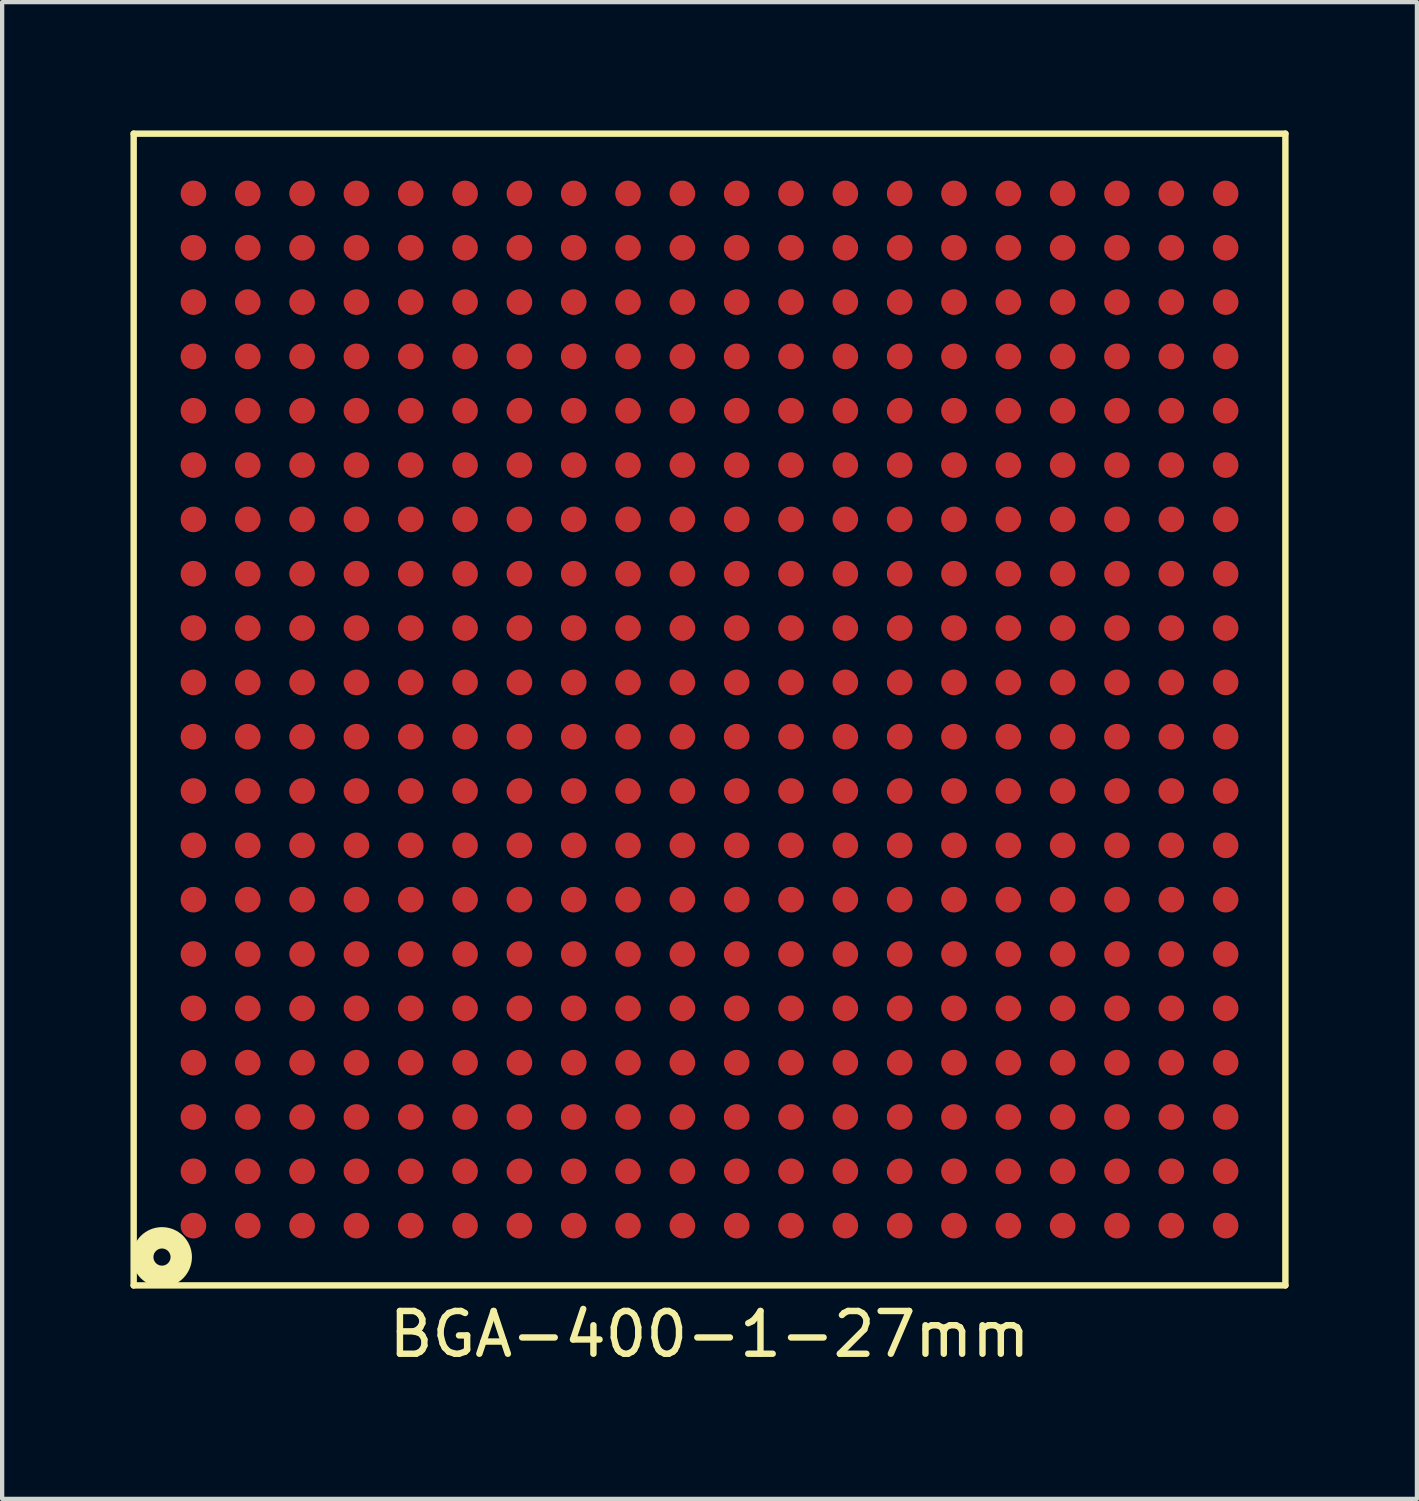
<source format=kicad_pcb>
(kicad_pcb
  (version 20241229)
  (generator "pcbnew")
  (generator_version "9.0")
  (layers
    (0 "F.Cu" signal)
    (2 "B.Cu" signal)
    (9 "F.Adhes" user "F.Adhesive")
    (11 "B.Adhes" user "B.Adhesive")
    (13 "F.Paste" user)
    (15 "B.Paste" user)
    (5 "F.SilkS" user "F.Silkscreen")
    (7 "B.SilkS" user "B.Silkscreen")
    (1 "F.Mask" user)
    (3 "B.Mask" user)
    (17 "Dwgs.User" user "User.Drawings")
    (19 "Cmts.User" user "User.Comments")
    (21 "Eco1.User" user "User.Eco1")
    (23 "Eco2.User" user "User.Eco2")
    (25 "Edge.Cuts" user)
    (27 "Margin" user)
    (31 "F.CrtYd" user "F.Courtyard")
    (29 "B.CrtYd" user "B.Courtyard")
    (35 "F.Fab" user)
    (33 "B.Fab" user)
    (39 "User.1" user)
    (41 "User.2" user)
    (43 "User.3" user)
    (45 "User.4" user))
  (footprint "BGA-400-1-27mm"
    (layer "F.Cu")
    (at 13.537 13.537)
    (property "Reference" "BGA-400-1-27mm" (at 0 14.605 0) (layer "F.SilkS") (effects (font (size 1 1) (thickness 0.15))))
    (attr through_hole)
    (fp_line (start -13.462 -13.462) (end 13.462 -13.462) (stroke (width 0.15) (type solid)) (layer "F.SilkS"))
    (fp_line (start -13.462 13.462) (end -13.462 -13.462) (stroke (width 0.15) (type solid)) (layer "F.SilkS"))
    (fp_line (start 13.462 -13.462) (end 13.462 13.462) (stroke (width 0.15) (type solid)) (layer "F.SilkS"))
    (fp_line (start 13.462 13.462) (end -13.462 13.462) (stroke (width 0.15) (type solid)) (layer "F.SilkS"))
    (fp_circle (center -12.8 12.8) (end -12.8 12.6) (stroke (width 0.5) (type solid)) (fill no) (layer "F.SilkS"))
    (pad "A1" smd circle (at -12.065 12.065 90) (size 0.6 0.6) (layers "F.Cu" "F.Mask" "F.Paste"))
    (pad "A2" smd circle (at -12.065 10.795 90) (size 0.6 0.6) (layers "F.Cu" "F.Mask" "F.Paste"))
    (pad "A3" smd circle (at -12.065 9.525 90) (size 0.6 0.6) (layers "F.Cu" "F.Mask" "F.Paste"))
    (pad "A4" smd circle (at -12.065 8.255 90) (size 0.6 0.6) (layers "F.Cu" "F.Mask" "F.Paste"))
    (pad "A5" smd circle (at -12.065 6.985 90) (size 0.6 0.6) (layers "F.Cu" "F.Mask" "F.Paste"))
    (pad "A6" smd circle (at -12.065 5.715 90) (size 0.6 0.6) (layers "F.Cu" "F.Mask" "F.Paste"))
    (pad "A7" smd circle (at -12.065 4.445 90) (size 0.6 0.6) (layers "F.Cu" "F.Mask" "F.Paste"))
    (pad "A8" smd circle (at -12.065 3.175 90) (size 0.6 0.6) (layers "F.Cu" "F.Mask" "F.Paste"))
    (pad "A9" smd circle (at -12.065 1.905 90) (size 0.6 0.6) (layers "F.Cu" "F.Mask" "F.Paste"))
    (pad "A10" smd circle (at -12.065 0.635 90) (size 0.6 0.6) (layers "F.Cu" "F.Mask" "F.Paste"))
    (pad "A11" smd circle (at -12.065 -0.635 90) (size 0.6 0.6) (layers "F.Cu" "F.Mask" "F.Paste"))
    (pad "A12" smd circle (at -12.065 -1.905 90) (size 0.6 0.6) (layers "F.Cu" "F.Mask" "F.Paste"))
    (pad "A13" smd circle (at -12.065 -3.175 90) (size 0.6 0.6) (layers "F.Cu" "F.Mask" "F.Paste"))
    (pad "A14" smd circle (at -12.065 -4.445 90) (size 0.6 0.6) (layers "F.Cu" "F.Mask" "F.Paste"))
    (pad "A15" smd circle (at -12.065 -5.715 90) (size 0.6 0.6) (layers "F.Cu" "F.Mask" "F.Paste"))
    (pad "A16" smd circle (at -12.065 -6.985 90) (size 0.6 0.6) (layers "F.Cu" "F.Mask" "F.Paste"))
    (pad "A17" smd circle (at -12.065 -8.255 90) (size 0.6 0.6) (layers "F.Cu" "F.Mask" "F.Paste"))
    (pad "A18" smd circle (at -12.065 -9.525 90) (size 0.6 0.6) (layers "F.Cu" "F.Mask" "F.Paste"))
    (pad "A19" smd circle (at -12.065 -10.795 90) (size 0.6 0.6) (layers "F.Cu" "F.Mask" "F.Paste"))
    (pad "A20" smd circle (at -12.065 -12.065 90) (size 0.6 0.6) (layers "F.Cu" "F.Mask" "F.Paste"))
    (pad "B1" smd circle (at -10.795 12.065 90) (size 0.6 0.6) (layers "F.Cu" "F.Mask" "F.Paste"))
    (pad "B2" smd circle (at -10.795 10.795 90) (size 0.6 0.6) (layers "F.Cu" "F.Mask" "F.Paste"))
    (pad "B3" smd circle (at -10.795 9.525 90) (size 0.6 0.6) (layers "F.Cu" "F.Mask" "F.Paste"))
    (pad "B4" smd circle (at -10.795 8.255 90) (size 0.6 0.6) (layers "F.Cu" "F.Mask" "F.Paste"))
    (pad "B5" smd circle (at -10.795 6.985 90) (size 0.6 0.6) (layers "F.Cu" "F.Mask" "F.Paste"))
    (pad "B6" smd circle (at -10.795 5.715 90) (size 0.6 0.6) (layers "F.Cu" "F.Mask" "F.Paste"))
    (pad "B7" smd circle (at -10.795 4.445 90) (size 0.6 0.6) (layers "F.Cu" "F.Mask" "F.Paste"))
    (pad "B8" smd circle (at -10.795 3.175 90) (size 0.6 0.6) (layers "F.Cu" "F.Mask" "F.Paste"))
    (pad "B9" smd circle (at -10.795 1.905 90) (size 0.6 0.6) (layers "F.Cu" "F.Mask" "F.Paste"))
    (pad "B10" smd circle (at -10.795 0.635 90) (size 0.6 0.6) (layers "F.Cu" "F.Mask" "F.Paste"))
    (pad "B11" smd circle (at -10.795 -0.635 90) (size 0.6 0.6) (layers "F.Cu" "F.Mask" "F.Paste"))
    (pad "B12" smd circle (at -10.795 -1.905 90) (size 0.6 0.6) (layers "F.Cu" "F.Mask" "F.Paste"))
    (pad "B13" smd circle (at -10.795 -3.175 90) (size 0.6 0.6) (layers "F.Cu" "F.Mask" "F.Paste"))
    (pad "B14" smd circle (at -10.795 -4.445 90) (size 0.6 0.6) (layers "F.Cu" "F.Mask" "F.Paste"))
    (pad "B15" smd circle (at -10.795 -5.715 90) (size 0.6 0.6) (layers "F.Cu" "F.Mask" "F.Paste"))
    (pad "B16" smd circle (at -10.795 -6.985 90) (size 0.6 0.6) (layers "F.Cu" "F.Mask" "F.Paste"))
    (pad "B17" smd circle (at -10.795 -8.255 90) (size 0.6 0.6) (layers "F.Cu" "F.Mask" "F.Paste"))
    (pad "B18" smd circle (at -10.795 -9.525 90) (size 0.6 0.6) (layers "F.Cu" "F.Mask" "F.Paste"))
    (pad "B19" smd circle (at -10.795 -10.795 90) (size 0.6 0.6) (layers "F.Cu" "F.Mask" "F.Paste"))
    (pad "B20" smd circle (at -10.795 -12.065 90) (size 0.6 0.6) (layers "F.Cu" "F.Mask" "F.Paste"))
    (pad "C1" smd circle (at -9.525 12.065 90) (size 0.6 0.6) (layers "F.Cu" "F.Mask" "F.Paste"))
    (pad "C2" smd circle (at -9.525 10.795 90) (size 0.6 0.6) (layers "F.Cu" "F.Mask" "F.Paste"))
    (pad "C3" smd circle (at -9.525 9.525 90) (size 0.6 0.6) (layers "F.Cu" "F.Mask" "F.Paste"))
    (pad "C4" smd circle (at -9.525 8.255 90) (size 0.6 0.6) (layers "F.Cu" "F.Mask" "F.Paste"))
    (pad "C5" smd circle (at -9.525 6.985 90) (size 0.6 0.6) (layers "F.Cu" "F.Mask" "F.Paste"))
    (pad "C6" smd circle (at -9.525 5.715 90) (size 0.6 0.6) (layers "F.Cu" "F.Mask" "F.Paste"))
    (pad "C7" smd circle (at -9.525 4.445 90) (size 0.6 0.6) (layers "F.Cu" "F.Mask" "F.Paste"))
    (pad "C8" smd circle (at -9.525 3.175 90) (size 0.6 0.6) (layers "F.Cu" "F.Mask" "F.Paste"))
    (pad "C9" smd circle (at -9.525 1.905 90) (size 0.6 0.6) (layers "F.Cu" "F.Mask" "F.Paste"))
    (pad "C10" smd circle (at -9.525 0.635 90) (size 0.6 0.6) (layers "F.Cu" "F.Mask" "F.Paste"))
    (pad "C11" smd circle (at -9.525 -0.635 90) (size 0.6 0.6) (layers "F.Cu" "F.Mask" "F.Paste"))
    (pad "C12" smd circle (at -9.525 -1.905 90) (size 0.6 0.6) (layers "F.Cu" "F.Mask" "F.Paste"))
    (pad "C13" smd circle (at -9.525 -3.175 90) (size 0.6 0.6) (layers "F.Cu" "F.Mask" "F.Paste"))
    (pad "C14" smd circle (at -9.525 -4.445 90) (size 0.6 0.6) (layers "F.Cu" "F.Mask" "F.Paste"))
    (pad "C15" smd circle (at -9.525 -5.715 90) (size 0.6 0.6) (layers "F.Cu" "F.Mask" "F.Paste"))
    (pad "C16" smd circle (at -9.525 -6.985 90) (size 0.6 0.6) (layers "F.Cu" "F.Mask" "F.Paste"))
    (pad "C17" smd circle (at -9.525 -8.255 90) (size 0.6 0.6) (layers "F.Cu" "F.Mask" "F.Paste"))
    (pad "C18" smd circle (at -9.525 -9.525 90) (size 0.6 0.6) (layers "F.Cu" "F.Mask" "F.Paste"))
    (pad "C19" smd circle (at -9.525 -10.795 90) (size 0.6 0.6) (layers "F.Cu" "F.Mask" "F.Paste"))
    (pad "C20" smd circle (at -9.525 -12.065 90) (size 0.6 0.6) (layers "F.Cu" "F.Mask" "F.Paste"))
    (pad "D1" smd circle (at -8.255 12.065 90) (size 0.6 0.6) (layers "F.Cu" "F.Mask" "F.Paste"))
    (pad "D2" smd circle (at -8.255 10.795 90) (size 0.6 0.6) (layers "F.Cu" "F.Mask" "F.Paste"))
    (pad "D3" smd circle (at -8.255 9.525 90) (size 0.6 0.6) (layers "F.Cu" "F.Mask" "F.Paste"))
    (pad "D4" smd circle (at -8.255 8.255 90) (size 0.6 0.6) (layers "F.Cu" "F.Mask" "F.Paste"))
    (pad "D5" smd circle (at -8.255 6.985 90) (size 0.6 0.6) (layers "F.Cu" "F.Mask" "F.Paste"))
    (pad "D6" smd circle (at -8.255 5.715 90) (size 0.6 0.6) (layers "F.Cu" "F.Mask" "F.Paste"))
    (pad "D7" smd circle (at -8.255 4.445 90) (size 0.6 0.6) (layers "F.Cu" "F.Mask" "F.Paste"))
    (pad "D8" smd circle (at -8.255 3.175 90) (size 0.6 0.6) (layers "F.Cu" "F.Mask" "F.Paste"))
    (pad "D9" smd circle (at -8.255 1.905 90) (size 0.6 0.6) (layers "F.Cu" "F.Mask" "F.Paste"))
    (pad "D10" smd circle (at -8.255 0.635 90) (size 0.6 0.6) (layers "F.Cu" "F.Mask" "F.Paste"))
    (pad "D11" smd circle (at -8.255 -0.635 90) (size 0.6 0.6) (layers "F.Cu" "F.Mask" "F.Paste"))
    (pad "D12" smd circle (at -8.255 -1.905 90) (size 0.6 0.6) (layers "F.Cu" "F.Mask" "F.Paste"))
    (pad "D13" smd circle (at -8.255 -3.175 90) (size 0.6 0.6) (layers "F.Cu" "F.Mask" "F.Paste"))
    (pad "D14" smd circle (at -8.255 -4.445 90) (size 0.6 0.6) (layers "F.Cu" "F.Mask" "F.Paste"))
    (pad "D15" smd circle (at -8.255 -5.715 90) (size 0.6 0.6) (layers "F.Cu" "F.Mask" "F.Paste"))
    (pad "D16" smd circle (at -8.255 -6.985 90) (size 0.6 0.6) (layers "F.Cu" "F.Mask" "F.Paste"))
    (pad "D17" smd circle (at -8.255 -8.255 90) (size 0.6 0.6) (layers "F.Cu" "F.Mask" "F.Paste"))
    (pad "D18" smd circle (at -8.255 -9.525 90) (size 0.6 0.6) (layers "F.Cu" "F.Mask" "F.Paste"))
    (pad "D19" smd circle (at -8.255 -10.795 90) (size 0.6 0.6) (layers "F.Cu" "F.Mask" "F.Paste"))
    (pad "D20" smd circle (at -8.255 -12.065 90) (size 0.6 0.6) (layers "F.Cu" "F.Mask" "F.Paste"))
    (pad "E1" smd circle (at -6.985 12.065 90) (size 0.6 0.6) (layers "F.Cu" "F.Mask" "F.Paste"))
    (pad "E2" smd circle (at -6.985 10.795 90) (size 0.6 0.6) (layers "F.Cu" "F.Mask" "F.Paste"))
    (pad "E3" smd circle (at -6.985 9.525 90) (size 0.6 0.6) (layers "F.Cu" "F.Mask" "F.Paste"))
    (pad "E4" smd circle (at -6.985 8.255 90) (size 0.6 0.6) (layers "F.Cu" "F.Mask" "F.Paste"))
    (pad "E5" smd circle (at -6.985 6.985 90) (size 0.6 0.6) (layers "F.Cu" "F.Mask" "F.Paste"))
    (pad "E6" smd circle (at -6.985 5.715 90) (size 0.6 0.6) (layers "F.Cu" "F.Mask" "F.Paste"))
    (pad "E7" smd circle (at -6.985 4.445 90) (size 0.6 0.6) (layers "F.Cu" "F.Mask" "F.Paste"))
    (pad "E8" smd circle (at -6.985 3.175 90) (size 0.6 0.6) (layers "F.Cu" "F.Mask" "F.Paste"))
    (pad "E9" smd circle (at -6.985 1.905 90) (size 0.6 0.6) (layers "F.Cu" "F.Mask" "F.Paste"))
    (pad "E10" smd circle (at -6.985 0.635 90) (size 0.6 0.6) (layers "F.Cu" "F.Mask" "F.Paste"))
    (pad "E11" smd circle (at -6.985 -0.635 90) (size 0.6 0.6) (layers "F.Cu" "F.Mask" "F.Paste"))
    (pad "E12" smd circle (at -6.985 -1.905 90) (size 0.6 0.6) (layers "F.Cu" "F.Mask" "F.Paste"))
    (pad "E13" smd circle (at -6.985 -3.175 90) (size 0.6 0.6) (layers "F.Cu" "F.Mask" "F.Paste"))
    (pad "E14" smd circle (at -6.985 -4.445 90) (size 0.6 0.6) (layers "F.Cu" "F.Mask" "F.Paste"))
    (pad "E15" smd circle (at -6.985 -5.715 90) (size 0.6 0.6) (layers "F.Cu" "F.Mask" "F.Paste"))
    (pad "E16" smd circle (at -6.985 -6.985 90) (size 0.6 0.6) (layers "F.Cu" "F.Mask" "F.Paste"))
    (pad "E17" smd circle (at -6.985 -8.255 90) (size 0.6 0.6) (layers "F.Cu" "F.Mask" "F.Paste"))
    (pad "E18" smd circle (at -6.985 -9.525 90) (size 0.6 0.6) (layers "F.Cu" "F.Mask" "F.Paste"))
    (pad "E19" smd circle (at -6.985 -10.795 90) (size 0.6 0.6) (layers "F.Cu" "F.Mask" "F.Paste"))
    (pad "E20" smd circle (at -6.985 -12.065 90) (size 0.6 0.6) (layers "F.Cu" "F.Mask" "F.Paste"))
    (pad "F1" smd circle (at -5.715 12.065 90) (size 0.6 0.6) (layers "F.Cu" "F.Mask" "F.Paste"))
    (pad "F2" smd circle (at -5.715 10.795 90) (size 0.6 0.6) (layers "F.Cu" "F.Mask" "F.Paste"))
    (pad "F3" smd circle (at -5.715 9.525 90) (size 0.6 0.6) (layers "F.Cu" "F.Mask" "F.Paste"))
    (pad "F4" smd circle (at -5.715 8.255 90) (size 0.6 0.6) (layers "F.Cu" "F.Mask" "F.Paste"))
    (pad "F5" smd circle (at -5.715 6.985 90) (size 0.6 0.6) (layers "F.Cu" "F.Mask" "F.Paste"))
    (pad "F6" smd circle (at -5.715 5.715 90) (size 0.6 0.6) (layers "F.Cu" "F.Mask" "F.Paste"))
    (pad "F7" smd circle (at -5.715 4.445 90) (size 0.6 0.6) (layers "F.Cu" "F.Mask" "F.Paste"))
    (pad "F8" smd circle (at -5.715 3.175 90) (size 0.6 0.6) (layers "F.Cu" "F.Mask" "F.Paste"))
    (pad "F9" smd circle (at -5.715 1.905 90) (size 0.6 0.6) (layers "F.Cu" "F.Mask" "F.Paste"))
    (pad "F10" smd circle (at -5.715 0.635 90) (size 0.6 0.6) (layers "F.Cu" "F.Mask" "F.Paste"))
    (pad "F11" smd circle (at -5.715 -0.635 90) (size 0.6 0.6) (layers "F.Cu" "F.Mask" "F.Paste"))
    (pad "F12" smd circle (at -5.715 -1.905 90) (size 0.6 0.6) (layers "F.Cu" "F.Mask" "F.Paste"))
    (pad "F13" smd circle (at -5.715 -3.175 90) (size 0.6 0.6) (layers "F.Cu" "F.Mask" "F.Paste"))
    (pad "F14" smd circle (at -5.715 -4.445 90) (size 0.6 0.6) (layers "F.Cu" "F.Mask" "F.Paste"))
    (pad "F15" smd circle (at -5.715 -5.715 90) (size 0.6 0.6) (layers "F.Cu" "F.Mask" "F.Paste"))
    (pad "F16" smd circle (at -5.715 -6.985 90) (size 0.6 0.6) (layers "F.Cu" "F.Mask" "F.Paste"))
    (pad "F17" smd circle (at -5.715 -8.255 90) (size 0.6 0.6) (layers "F.Cu" "F.Mask" "F.Paste"))
    (pad "F18" smd circle (at -5.715 -9.525 90) (size 0.6 0.6) (layers "F.Cu" "F.Mask" "F.Paste"))
    (pad "F19" smd circle (at -5.715 -10.795 90) (size 0.6 0.6) (layers "F.Cu" "F.Mask" "F.Paste"))
    (pad "F20" smd circle (at -5.715 -12.065 90) (size 0.6 0.6) (layers "F.Cu" "F.Mask" "F.Paste"))
    (pad "G1" smd circle (at -4.445 12.065 90) (size 0.6 0.6) (layers "F.Cu" "F.Mask" "F.Paste"))
    (pad "G2" smd circle (at -4.445 10.795 90) (size 0.6 0.6) (layers "F.Cu" "F.Mask" "F.Paste"))
    (pad "G3" smd circle (at -4.445 9.525 90) (size 0.6 0.6) (layers "F.Cu" "F.Mask" "F.Paste"))
    (pad "G4" smd circle (at -4.445 8.255 90) (size 0.6 0.6) (layers "F.Cu" "F.Mask" "F.Paste"))
    (pad "G5" smd circle (at -4.445 6.985 90) (size 0.6 0.6) (layers "F.Cu" "F.Mask" "F.Paste"))
    (pad "G6" smd circle (at -4.445 5.715 90) (size 0.6 0.6) (layers "F.Cu" "F.Mask" "F.Paste"))
    (pad "G7" smd circle (at -4.445 4.445 90) (size 0.6 0.6) (layers "F.Cu" "F.Mask" "F.Paste"))
    (pad "G8" smd circle (at -4.445 3.175 90) (size 0.6 0.6) (layers "F.Cu" "F.Mask" "F.Paste"))
    (pad "G9" smd circle (at -4.445 1.905 90) (size 0.6 0.6) (layers "F.Cu" "F.Mask" "F.Paste"))
    (pad "G10" smd circle (at -4.445 0.635 90) (size 0.6 0.6) (layers "F.Cu" "F.Mask" "F.Paste"))
    (pad "G11" smd circle (at -4.445 -0.635 90) (size 0.6 0.6) (layers "F.Cu" "F.Mask" "F.Paste"))
    (pad "G12" smd circle (at -4.445 -1.905 90) (size 0.6 0.6) (layers "F.Cu" "F.Mask" "F.Paste"))
    (pad "G13" smd circle (at -4.445 -3.175 90) (size 0.6 0.6) (layers "F.Cu" "F.Mask" "F.Paste"))
    (pad "G14" smd circle (at -4.445 -4.445 90) (size 0.6 0.6) (layers "F.Cu" "F.Mask" "F.Paste"))
    (pad "G15" smd circle (at -4.445 -5.715 90) (size 0.6 0.6) (layers "F.Cu" "F.Mask" "F.Paste"))
    (pad "G16" smd circle (at -4.445 -6.985 90) (size 0.6 0.6) (layers "F.Cu" "F.Mask" "F.Paste"))
    (pad "G17" smd circle (at -4.445 -8.255 90) (size 0.6 0.6) (layers "F.Cu" "F.Mask" "F.Paste"))
    (pad "G18" smd circle (at -4.445 -9.525 90) (size 0.6 0.6) (layers "F.Cu" "F.Mask" "F.Paste"))
    (pad "G19" smd circle (at -4.445 -10.795 90) (size 0.6 0.6) (layers "F.Cu" "F.Mask" "F.Paste"))
    (pad "G20" smd circle (at -4.445 -12.065 90) (size 0.6 0.6) (layers "F.Cu" "F.Mask" "F.Paste"))
    (pad "H1" smd circle (at -3.175 12.065 90) (size 0.6 0.6) (layers "F.Cu" "F.Mask" "F.Paste"))
    (pad "H2" smd circle (at -3.175 10.795 90) (size 0.6 0.6) (layers "F.Cu" "F.Mask" "F.Paste"))
    (pad "H3" smd circle (at -3.175 9.525 90) (size 0.6 0.6) (layers "F.Cu" "F.Mask" "F.Paste"))
    (pad "H4" smd circle (at -3.175 8.255 90) (size 0.6 0.6) (layers "F.Cu" "F.Mask" "F.Paste"))
    (pad "H5" smd circle (at -3.175 6.985 90) (size 0.6 0.6) (layers "F.Cu" "F.Mask" "F.Paste"))
    (pad "H6" smd circle (at -3.175 5.715 90) (size 0.6 0.6) (layers "F.Cu" "F.Mask" "F.Paste"))
    (pad "H7" smd circle (at -3.175 4.445 90) (size 0.6 0.6) (layers "F.Cu" "F.Mask" "F.Paste"))
    (pad "H8" smd circle (at -3.175 3.175 90) (size 0.6 0.6) (layers "F.Cu" "F.Mask" "F.Paste"))
    (pad "H9" smd circle (at -3.175 1.905 90) (size 0.6 0.6) (layers "F.Cu" "F.Mask" "F.Paste"))
    (pad "H10" smd circle (at -3.175 0.635 90) (size 0.6 0.6) (layers "F.Cu" "F.Mask" "F.Paste"))
    (pad "H11" smd circle (at -3.175 -0.635 90) (size 0.6 0.6) (layers "F.Cu" "F.Mask" "F.Paste"))
    (pad "H12" smd circle (at -3.175 -1.905 90) (size 0.6 0.6) (layers "F.Cu" "F.Mask" "F.Paste"))
    (pad "H13" smd circle (at -3.175 -3.175 90) (size 0.6 0.6) (layers "F.Cu" "F.Mask" "F.Paste"))
    (pad "H14" smd circle (at -3.175 -4.445 90) (size 0.6 0.6) (layers "F.Cu" "F.Mask" "F.Paste"))
    (pad "H15" smd circle (at -3.175 -5.715 90) (size 0.6 0.6) (layers "F.Cu" "F.Mask" "F.Paste"))
    (pad "H16" smd circle (at -3.175 -6.985 90) (size 0.6 0.6) (layers "F.Cu" "F.Mask" "F.Paste"))
    (pad "H17" smd circle (at -3.175 -8.255 90) (size 0.6 0.6) (layers "F.Cu" "F.Mask" "F.Paste"))
    (pad "H18" smd circle (at -3.175 -9.525 90) (size 0.6 0.6) (layers "F.Cu" "F.Mask" "F.Paste"))
    (pad "H19" smd circle (at -3.175 -10.795 90) (size 0.6 0.6) (layers "F.Cu" "F.Mask" "F.Paste"))
    (pad "H20" smd circle (at -3.175 -12.065 90) (size 0.6 0.6) (layers "F.Cu" "F.Mask" "F.Paste"))
    (pad "J1" smd circle (at -1.905 12.065 90) (size 0.6 0.6) (layers "F.Cu" "F.Mask" "F.Paste"))
    (pad "J2" smd circle (at -1.905 10.795 90) (size 0.6 0.6) (layers "F.Cu" "F.Mask" "F.Paste"))
    (pad "J3" smd circle (at -1.905 9.525 90) (size 0.6 0.6) (layers "F.Cu" "F.Mask" "F.Paste"))
    (pad "J4" smd circle (at -1.905 8.255 90) (size 0.6 0.6) (layers "F.Cu" "F.Mask" "F.Paste"))
    (pad "J5" smd circle (at -1.905 6.985 90) (size 0.6 0.6) (layers "F.Cu" "F.Mask" "F.Paste"))
    (pad "J6" smd circle (at -1.905 5.715 90) (size 0.6 0.6) (layers "F.Cu" "F.Mask" "F.Paste"))
    (pad "J7" smd circle (at -1.905 4.445 90) (size 0.6 0.6) (layers "F.Cu" "F.Mask" "F.Paste"))
    (pad "J8" smd circle (at -1.905 3.175 90) (size 0.6 0.6) (layers "F.Cu" "F.Mask" "F.Paste"))
    (pad "J9" smd circle (at -1.905 1.905 90) (size 0.6 0.6) (layers "F.Cu" "F.Mask" "F.Paste"))
    (pad "J10" smd circle (at -1.905 0.635 90) (size 0.6 0.6) (layers "F.Cu" "F.Mask" "F.Paste"))
    (pad "J11" smd circle (at -1.905 -0.635 90) (size 0.6 0.6) (layers "F.Cu" "F.Mask" "F.Paste"))
    (pad "J12" smd circle (at -1.905 -1.905 90) (size 0.6 0.6) (layers "F.Cu" "F.Mask" "F.Paste"))
    (pad "J13" smd circle (at -1.905 -3.175 90) (size 0.6 0.6) (layers "F.Cu" "F.Mask" "F.Paste"))
    (pad "J14" smd circle (at -1.905 -4.445 90) (size 0.6 0.6) (layers "F.Cu" "F.Mask" "F.Paste"))
    (pad "J15" smd circle (at -1.905 -5.715 90) (size 0.6 0.6) (layers "F.Cu" "F.Mask" "F.Paste"))
    (pad "J16" smd circle (at -1.905 -6.985 90) (size 0.6 0.6) (layers "F.Cu" "F.Mask" "F.Paste"))
    (pad "J17" smd circle (at -1.905 -8.255 90) (size 0.6 0.6) (layers "F.Cu" "F.Mask" "F.Paste"))
    (pad "J18" smd circle (at -1.905 -9.525 90) (size 0.6 0.6) (layers "F.Cu" "F.Mask" "F.Paste"))
    (pad "J19" smd circle (at -1.905 -10.795 90) (size 0.6 0.6) (layers "F.Cu" "F.Mask" "F.Paste"))
    (pad "J20" smd circle (at -1.905 -12.065 90) (size 0.6 0.6) (layers "F.Cu" "F.Mask" "F.Paste"))
    (pad "K1" smd circle (at -0.635 12.065 90) (size 0.6 0.6) (layers "F.Cu" "F.Mask" "F.Paste"))
    (pad "K2" smd circle (at -0.635 10.795 90) (size 0.6 0.6) (layers "F.Cu" "F.Mask" "F.Paste"))
    (pad "K3" smd circle (at -0.635 9.525 90) (size 0.6 0.6) (layers "F.Cu" "F.Mask" "F.Paste"))
    (pad "K4" smd circle (at -0.635 8.255 90) (size 0.6 0.6) (layers "F.Cu" "F.Mask" "F.Paste"))
    (pad "K5" smd circle (at -0.635 6.985 90) (size 0.6 0.6) (layers "F.Cu" "F.Mask" "F.Paste"))
    (pad "K6" smd circle (at -0.635 5.715 90) (size 0.6 0.6) (layers "F.Cu" "F.Mask" "F.Paste"))
    (pad "K7" smd circle (at -0.635 4.445 90) (size 0.6 0.6) (layers "F.Cu" "F.Mask" "F.Paste"))
    (pad "K8" smd circle (at -0.635 3.175 90) (size 0.6 0.6) (layers "F.Cu" "F.Mask" "F.Paste"))
    (pad "K9" smd circle (at -0.635 1.905 90) (size 0.6 0.6) (layers "F.Cu" "F.Mask" "F.Paste"))
    (pad "K10" smd circle (at -0.635 0.635 90) (size 0.6 0.6) (layers "F.Cu" "F.Mask" "F.Paste"))
    (pad "K11" smd circle (at -0.635 -0.635 90) (size 0.6 0.6) (layers "F.Cu" "F.Mask" "F.Paste"))
    (pad "K12" smd circle (at -0.635 -1.905 90) (size 0.6 0.6) (layers "F.Cu" "F.Mask" "F.Paste"))
    (pad "K13" smd circle (at -0.635 -3.175 90) (size 0.6 0.6) (layers "F.Cu" "F.Mask" "F.Paste"))
    (pad "K14" smd circle (at -0.635 -4.445 90) (size 0.6 0.6) (layers "F.Cu" "F.Mask" "F.Paste"))
    (pad "K15" smd circle (at -0.635 -5.715 90) (size 0.6 0.6) (layers "F.Cu" "F.Mask" "F.Paste"))
    (pad "K16" smd circle (at -0.635 -6.985 90) (size 0.6 0.6) (layers "F.Cu" "F.Mask" "F.Paste"))
    (pad "K17" smd circle (at -0.635 -8.255 90) (size 0.6 0.6) (layers "F.Cu" "F.Mask" "F.Paste"))
    (pad "K18" smd circle (at -0.635 -9.525 90) (size 0.6 0.6) (layers "F.Cu" "F.Mask" "F.Paste"))
    (pad "K19" smd circle (at -0.635 -10.795 90) (size 0.6 0.6) (layers "F.Cu" "F.Mask" "F.Paste"))
    (pad "K20" smd circle (at -0.635 -12.065 90) (size 0.6 0.6) (layers "F.Cu" "F.Mask" "F.Paste"))
    (pad "L1" smd circle (at 0.635 12.065 90) (size 0.6 0.6) (layers "F.Cu" "F.Mask" "F.Paste"))
    (pad "L2" smd circle (at 0.635 10.795 90) (size 0.6 0.6) (layers "F.Cu" "F.Mask" "F.Paste"))
    (pad "L3" smd circle (at 0.635 9.525 90) (size 0.6 0.6) (layers "F.Cu" "F.Mask" "F.Paste"))
    (pad "L4" smd circle (at 0.635 8.255 90) (size 0.6 0.6) (layers "F.Cu" "F.Mask" "F.Paste"))
    (pad "L5" smd circle (at 0.635 6.985 90) (size 0.6 0.6) (layers "F.Cu" "F.Mask" "F.Paste"))
    (pad "L6" smd circle (at 0.635 5.715 90) (size 0.6 0.6) (layers "F.Cu" "F.Mask" "F.Paste"))
    (pad "L7" smd circle (at 0.635 4.445 90) (size 0.6 0.6) (layers "F.Cu" "F.Mask" "F.Paste"))
    (pad "L8" smd circle (at 0.635 3.175 90) (size 0.6 0.6) (layers "F.Cu" "F.Mask" "F.Paste"))
    (pad "L9" smd circle (at 0.635 1.905 90) (size 0.6 0.6) (layers "F.Cu" "F.Mask" "F.Paste"))
    (pad "L10" smd circle (at 0.635 0.635 90) (size 0.6 0.6) (layers "F.Cu" "F.Mask" "F.Paste"))
    (pad "L11" smd circle (at 0.635 -0.635 90) (size 0.6 0.6) (layers "F.Cu" "F.Mask" "F.Paste"))
    (pad "L12" smd circle (at 0.635 -1.905 90) (size 0.6 0.6) (layers "F.Cu" "F.Mask" "F.Paste"))
    (pad "L13" smd circle (at 0.635 -3.175 90) (size 0.6 0.6) (layers "F.Cu" "F.Mask" "F.Paste"))
    (pad "L14" smd circle (at 0.635 -4.445 90) (size 0.6 0.6) (layers "F.Cu" "F.Mask" "F.Paste"))
    (pad "L15" smd circle (at 0.635 -5.715 90) (size 0.6 0.6) (layers "F.Cu" "F.Mask" "F.Paste"))
    (pad "L16" smd circle (at 0.635 -6.985 90) (size 0.6 0.6) (layers "F.Cu" "F.Mask" "F.Paste"))
    (pad "L17" smd circle (at 0.635 -8.255 90) (size 0.6 0.6) (layers "F.Cu" "F.Mask" "F.Paste"))
    (pad "L18" smd circle (at 0.635 -9.525 90) (size 0.6 0.6) (layers "F.Cu" "F.Mask" "F.Paste"))
    (pad "L19" smd circle (at 0.635 -10.795 90) (size 0.6 0.6) (layers "F.Cu" "F.Mask" "F.Paste"))
    (pad "L20" smd circle (at 0.635 -12.065 90) (size 0.6 0.6) (layers "F.Cu" "F.Mask" "F.Paste"))
    (pad "M1" smd circle (at 1.905 12.065 90) (size 0.6 0.6) (layers "F.Cu" "F.Mask" "F.Paste"))
    (pad "M2" smd circle (at 1.905 10.795 90) (size 0.6 0.6) (layers "F.Cu" "F.Mask" "F.Paste"))
    (pad "M3" smd circle (at 1.905 9.525 90) (size 0.6 0.6) (layers "F.Cu" "F.Mask" "F.Paste"))
    (pad "M4" smd circle (at 1.905 8.255 90) (size 0.6 0.6) (layers "F.Cu" "F.Mask" "F.Paste"))
    (pad "M5" smd circle (at 1.905 6.985 90) (size 0.6 0.6) (layers "F.Cu" "F.Mask" "F.Paste"))
    (pad "M6" smd circle (at 1.905 5.715 90) (size 0.6 0.6) (layers "F.Cu" "F.Mask" "F.Paste"))
    (pad "M7" smd circle (at 1.905 4.445 90) (size 0.6 0.6) (layers "F.Cu" "F.Mask" "F.Paste"))
    (pad "M8" smd circle (at 1.905 3.175 90) (size 0.6 0.6) (layers "F.Cu" "F.Mask" "F.Paste"))
    (pad "M9" smd circle (at 1.905 1.905 90) (size 0.6 0.6) (layers "F.Cu" "F.Mask" "F.Paste"))
    (pad "M10" smd circle (at 1.905 0.635 90) (size 0.6 0.6) (layers "F.Cu" "F.Mask" "F.Paste"))
    (pad "M11" smd circle (at 1.905 -0.635 90) (size 0.6 0.6) (layers "F.Cu" "F.Mask" "F.Paste"))
    (pad "M12" smd circle (at 1.905 -1.905 90) (size 0.6 0.6) (layers "F.Cu" "F.Mask" "F.Paste"))
    (pad "M13" smd circle (at 1.905 -3.175 90) (size 0.6 0.6) (layers "F.Cu" "F.Mask" "F.Paste"))
    (pad "M14" smd circle (at 1.905 -4.445 90) (size 0.6 0.6) (layers "F.Cu" "F.Mask" "F.Paste"))
    (pad "M15" smd circle (at 1.905 -5.715 90) (size 0.6 0.6) (layers "F.Cu" "F.Mask" "F.Paste"))
    (pad "M16" smd circle (at 1.905 -6.985 90) (size 0.6 0.6) (layers "F.Cu" "F.Mask" "F.Paste"))
    (pad "M17" smd circle (at 1.905 -8.255 90) (size 0.6 0.6) (layers "F.Cu" "F.Mask" "F.Paste"))
    (pad "M18" smd circle (at 1.905 -9.525 90) (size 0.6 0.6) (layers "F.Cu" "F.Mask" "F.Paste"))
    (pad "M19" smd circle (at 1.905 -10.795 90) (size 0.6 0.6) (layers "F.Cu" "F.Mask" "F.Paste"))
    (pad "M20" smd circle (at 1.905 -12.065 90) (size 0.6 0.6) (layers "F.Cu" "F.Mask" "F.Paste"))
    (pad "N1" smd circle (at 3.175 12.065 90) (size 0.6 0.6) (layers "F.Cu" "F.Mask" "F.Paste"))
    (pad "N2" smd circle (at 3.175 10.795 90) (size 0.6 0.6) (layers "F.Cu" "F.Mask" "F.Paste"))
    (pad "N3" smd circle (at 3.175 9.525 90) (size 0.6 0.6) (layers "F.Cu" "F.Mask" "F.Paste"))
    (pad "N4" smd circle (at 3.175 8.255 90) (size 0.6 0.6) (layers "F.Cu" "F.Mask" "F.Paste"))
    (pad "N5" smd circle (at 3.175 6.985 90) (size 0.6 0.6) (layers "F.Cu" "F.Mask" "F.Paste"))
    (pad "N6" smd circle (at 3.175 5.715 90) (size 0.6 0.6) (layers "F.Cu" "F.Mask" "F.Paste"))
    (pad "N7" smd circle (at 3.175 4.445 90) (size 0.6 0.6) (layers "F.Cu" "F.Mask" "F.Paste"))
    (pad "N8" smd circle (at 3.175 3.175 90) (size 0.6 0.6) (layers "F.Cu" "F.Mask" "F.Paste"))
    (pad "N9" smd circle (at 3.175 1.905 90) (size 0.6 0.6) (layers "F.Cu" "F.Mask" "F.Paste"))
    (pad "N10" smd circle (at 3.175 0.635 90) (size 0.6 0.6) (layers "F.Cu" "F.Mask" "F.Paste"))
    (pad "N11" smd circle (at 3.175 -0.635 90) (size 0.6 0.6) (layers "F.Cu" "F.Mask" "F.Paste"))
    (pad "N12" smd circle (at 3.175 -1.905 90) (size 0.6 0.6) (layers "F.Cu" "F.Mask" "F.Paste"))
    (pad "N13" smd circle (at 3.175 -3.175 90) (size 0.6 0.6) (layers "F.Cu" "F.Mask" "F.Paste"))
    (pad "N14" smd circle (at 3.175 -4.445 90) (size 0.6 0.6) (layers "F.Cu" "F.Mask" "F.Paste"))
    (pad "N15" smd circle (at 3.175 -5.715 90) (size 0.6 0.6) (layers "F.Cu" "F.Mask" "F.Paste"))
    (pad "N16" smd circle (at 3.175 -6.985 90) (size 0.6 0.6) (layers "F.Cu" "F.Mask" "F.Paste"))
    (pad "N17" smd circle (at 3.175 -8.255 90) (size 0.6 0.6) (layers "F.Cu" "F.Mask" "F.Paste"))
    (pad "N18" smd circle (at 3.175 -9.525 90) (size 0.6 0.6) (layers "F.Cu" "F.Mask" "F.Paste"))
    (pad "N19" smd circle (at 3.175 -10.795 90) (size 0.6 0.6) (layers "F.Cu" "F.Mask" "F.Paste"))
    (pad "N20" smd circle (at 3.175 -12.065 90) (size 0.6 0.6) (layers "F.Cu" "F.Mask" "F.Paste"))
    (pad "P1" smd circle (at 4.445 12.065 90) (size 0.6 0.6) (layers "F.Cu" "F.Mask" "F.Paste"))
    (pad "P2" smd circle (at 4.445 10.795 90) (size 0.6 0.6) (layers "F.Cu" "F.Mask" "F.Paste"))
    (pad "P3" smd circle (at 4.445 9.525 90) (size 0.6 0.6) (layers "F.Cu" "F.Mask" "F.Paste"))
    (pad "P4" smd circle (at 4.445 8.255 90) (size 0.6 0.6) (layers "F.Cu" "F.Mask" "F.Paste"))
    (pad "P5" smd circle (at 4.445 6.985 90) (size 0.6 0.6) (layers "F.Cu" "F.Mask" "F.Paste"))
    (pad "P6" smd circle (at 4.445 5.715 90) (size 0.6 0.6) (layers "F.Cu" "F.Mask" "F.Paste"))
    (pad "P7" smd circle (at 4.445 4.445 90) (size 0.6 0.6) (layers "F.Cu" "F.Mask" "F.Paste"))
    (pad "P8" smd circle (at 4.445 3.175 90) (size 0.6 0.6) (layers "F.Cu" "F.Mask" "F.Paste"))
    (pad "P9" smd circle (at 4.445 1.905 90) (size 0.6 0.6) (layers "F.Cu" "F.Mask" "F.Paste"))
    (pad "P10" smd circle (at 4.445 0.635 90) (size 0.6 0.6) (layers "F.Cu" "F.Mask" "F.Paste"))
    (pad "P11" smd circle (at 4.445 -0.635 90) (size 0.6 0.6) (layers "F.Cu" "F.Mask" "F.Paste"))
    (pad "P12" smd circle (at 4.445 -1.905 90) (size 0.6 0.6) (layers "F.Cu" "F.Mask" "F.Paste"))
    (pad "P13" smd circle (at 4.445 -3.175 90) (size 0.6 0.6) (layers "F.Cu" "F.Mask" "F.Paste"))
    (pad "P14" smd circle (at 4.445 -4.445 90) (size 0.6 0.6) (layers "F.Cu" "F.Mask" "F.Paste"))
    (pad "P15" smd circle (at 4.445 -5.715 90) (size 0.6 0.6) (layers "F.Cu" "F.Mask" "F.Paste"))
    (pad "P16" smd circle (at 4.445 -6.985 90) (size 0.6 0.6) (layers "F.Cu" "F.Mask" "F.Paste"))
    (pad "P17" smd circle (at 4.445 -8.255 90) (size 0.6 0.6) (layers "F.Cu" "F.Mask" "F.Paste"))
    (pad "P18" smd circle (at 4.445 -9.525 90) (size 0.6 0.6) (layers "F.Cu" "F.Mask" "F.Paste"))
    (pad "P19" smd circle (at 4.445 -10.795 90) (size 0.6 0.6) (layers "F.Cu" "F.Mask" "F.Paste"))
    (pad "P20" smd circle (at 4.445 -12.065 90) (size 0.6 0.6) (layers "F.Cu" "F.Mask" "F.Paste"))
    (pad "R1" smd circle (at 5.715 12.065 90) (size 0.6 0.6) (layers "F.Cu" "F.Mask" "F.Paste"))
    (pad "R2" smd circle (at 5.715 10.795 90) (size 0.6 0.6) (layers "F.Cu" "F.Mask" "F.Paste"))
    (pad "R3" smd circle (at 5.715 9.525 90) (size 0.6 0.6) (layers "F.Cu" "F.Mask" "F.Paste"))
    (pad "R4" smd circle (at 5.715 8.255 90) (size 0.6 0.6) (layers "F.Cu" "F.Mask" "F.Paste"))
    (pad "R5" smd circle (at 5.715 6.985 90) (size 0.6 0.6) (layers "F.Cu" "F.Mask" "F.Paste"))
    (pad "R6" smd circle (at 5.715 5.715 90) (size 0.6 0.6) (layers "F.Cu" "F.Mask" "F.Paste"))
    (pad "R7" smd circle (at 5.715 4.445 90) (size 0.6 0.6) (layers "F.Cu" "F.Mask" "F.Paste"))
    (pad "R8" smd circle (at 5.715 3.175 90) (size 0.6 0.6) (layers "F.Cu" "F.Mask" "F.Paste"))
    (pad "R9" smd circle (at 5.715 1.905 90) (size 0.6 0.6) (layers "F.Cu" "F.Mask" "F.Paste"))
    (pad "R10" smd circle (at 5.715 0.635 90) (size 0.6 0.6) (layers "F.Cu" "F.Mask" "F.Paste"))
    (pad "R11" smd circle (at 5.715 -0.635 90) (size 0.6 0.6) (layers "F.Cu" "F.Mask" "F.Paste"))
    (pad "R12" smd circle (at 5.715 -1.905 90) (size 0.6 0.6) (layers "F.Cu" "F.Mask" "F.Paste"))
    (pad "R13" smd circle (at 5.715 -3.175 90) (size 0.6 0.6) (layers "F.Cu" "F.Mask" "F.Paste"))
    (pad "R14" smd circle (at 5.715 -4.445 90) (size 0.6 0.6) (layers "F.Cu" "F.Mask" "F.Paste"))
    (pad "R15" smd circle (at 5.715 -5.715 90) (size 0.6 0.6) (layers "F.Cu" "F.Mask" "F.Paste"))
    (pad "R16" smd circle (at 5.715 -6.985 90) (size 0.6 0.6) (layers "F.Cu" "F.Mask" "F.Paste"))
    (pad "R17" smd circle (at 5.715 -8.255 90) (size 0.6 0.6) (layers "F.Cu" "F.Mask" "F.Paste"))
    (pad "R18" smd circle (at 5.715 -9.525 90) (size 0.6 0.6) (layers "F.Cu" "F.Mask" "F.Paste"))
    (pad "R19" smd circle (at 5.715 -10.795 90) (size 0.6 0.6) (layers "F.Cu" "F.Mask" "F.Paste"))
    (pad "R20" smd circle (at 5.715 -12.065 90) (size 0.6 0.6) (layers "F.Cu" "F.Mask" "F.Paste"))
    (pad "T1" smd circle (at 6.985 12.065 90) (size 0.6 0.6) (layers "F.Cu" "F.Mask" "F.Paste"))
    (pad "T2" smd circle (at 6.985 10.795 90) (size 0.6 0.6) (layers "F.Cu" "F.Mask" "F.Paste"))
    (pad "T3" smd circle (at 6.985 9.525 90) (size 0.6 0.6) (layers "F.Cu" "F.Mask" "F.Paste"))
    (pad "T4" smd circle (at 6.985 8.255 90) (size 0.6 0.6) (layers "F.Cu" "F.Mask" "F.Paste"))
    (pad "T5" smd circle (at 6.985 6.985 90) (size 0.6 0.6) (layers "F.Cu" "F.Mask" "F.Paste"))
    (pad "T6" smd circle (at 6.985 5.715 90) (size 0.6 0.6) (layers "F.Cu" "F.Mask" "F.Paste"))
    (pad "T7" smd circle (at 6.985 4.445 90) (size 0.6 0.6) (layers "F.Cu" "F.Mask" "F.Paste"))
    (pad "T8" smd circle (at 6.985 3.175 90) (size 0.6 0.6) (layers "F.Cu" "F.Mask" "F.Paste"))
    (pad "T9" smd circle (at 6.985 1.905 90) (size 0.6 0.6) (layers "F.Cu" "F.Mask" "F.Paste"))
    (pad "T10" smd circle (at 6.985 0.635 90) (size 0.6 0.6) (layers "F.Cu" "F.Mask" "F.Paste"))
    (pad "T11" smd circle (at 6.985 -0.635 90) (size 0.6 0.6) (layers "F.Cu" "F.Mask" "F.Paste"))
    (pad "T12" smd circle (at 6.985 -1.905 90) (size 0.6 0.6) (layers "F.Cu" "F.Mask" "F.Paste"))
    (pad "T13" smd circle (at 6.985 -3.175 90) (size 0.6 0.6) (layers "F.Cu" "F.Mask" "F.Paste"))
    (pad "T14" smd circle (at 6.985 -4.445 90) (size 0.6 0.6) (layers "F.Cu" "F.Mask" "F.Paste"))
    (pad "T15" smd circle (at 6.985 -5.715 90) (size 0.6 0.6) (layers "F.Cu" "F.Mask" "F.Paste"))
    (pad "T16" smd circle (at 6.985 -6.985 90) (size 0.6 0.6) (layers "F.Cu" "F.Mask" "F.Paste"))
    (pad "T17" smd circle (at 6.985 -8.255 90) (size 0.6 0.6) (layers "F.Cu" "F.Mask" "F.Paste"))
    (pad "T18" smd circle (at 6.985 -9.525 90) (size 0.6 0.6) (layers "F.Cu" "F.Mask" "F.Paste"))
    (pad "T19" smd circle (at 6.985 -10.795 90) (size 0.6 0.6) (layers "F.Cu" "F.Mask" "F.Paste"))
    (pad "T20" smd circle (at 6.985 -12.065 90) (size 0.6 0.6) (layers "F.Cu" "F.Mask" "F.Paste"))
    (pad "U1" smd circle (at 8.255 12.065 90) (size 0.6 0.6) (layers "F.Cu" "F.Mask" "F.Paste"))
    (pad "U2" smd circle (at 8.255 10.795 90) (size 0.6 0.6) (layers "F.Cu" "F.Mask" "F.Paste"))
    (pad "U3" smd circle (at 8.255 9.525 90) (size 0.6 0.6) (layers "F.Cu" "F.Mask" "F.Paste"))
    (pad "U4" smd circle (at 8.255 8.255 90) (size 0.6 0.6) (layers "F.Cu" "F.Mask" "F.Paste"))
    (pad "U5" smd circle (at 8.255 6.985 90) (size 0.6 0.6) (layers "F.Cu" "F.Mask" "F.Paste"))
    (pad "U6" smd circle (at 8.255 5.715 90) (size 0.6 0.6) (layers "F.Cu" "F.Mask" "F.Paste"))
    (pad "U7" smd circle (at 8.255 4.445 90) (size 0.6 0.6) (layers "F.Cu" "F.Mask" "F.Paste"))
    (pad "U8" smd circle (at 8.255 3.175 90) (size 0.6 0.6) (layers "F.Cu" "F.Mask" "F.Paste"))
    (pad "U9" smd circle (at 8.255 1.905 90) (size 0.6 0.6) (layers "F.Cu" "F.Mask" "F.Paste"))
    (pad "U10" smd circle (at 8.255 0.635 90) (size 0.6 0.6) (layers "F.Cu" "F.Mask" "F.Paste"))
    (pad "U11" smd circle (at 8.255 -0.635 90) (size 0.6 0.6) (layers "F.Cu" "F.Mask" "F.Paste"))
    (pad "U12" smd circle (at 8.255 -1.905 90) (size 0.6 0.6) (layers "F.Cu" "F.Mask" "F.Paste"))
    (pad "U13" smd circle (at 8.255 -3.175 90) (size 0.6 0.6) (layers "F.Cu" "F.Mask" "F.Paste"))
    (pad "U14" smd circle (at 8.255 -4.445 90) (size 0.6 0.6) (layers "F.Cu" "F.Mask" "F.Paste"))
    (pad "U15" smd circle (at 8.255 -5.715 90) (size 0.6 0.6) (layers "F.Cu" "F.Mask" "F.Paste"))
    (pad "U16" smd circle (at 8.255 -6.985 90) (size 0.6 0.6) (layers "F.Cu" "F.Mask" "F.Paste"))
    (pad "U17" smd circle (at 8.255 -8.255 90) (size 0.6 0.6) (layers "F.Cu" "F.Mask" "F.Paste"))
    (pad "U18" smd circle (at 8.255 -9.525 90) (size 0.6 0.6) (layers "F.Cu" "F.Mask" "F.Paste"))
    (pad "U19" smd circle (at 8.255 -10.795 90) (size 0.6 0.6) (layers "F.Cu" "F.Mask" "F.Paste"))
    (pad "U20" smd circle (at 8.255 -12.065 90) (size 0.6 0.6) (layers "F.Cu" "F.Mask" "F.Paste"))
    (pad "V1" smd circle (at 9.525 12.065 90) (size 0.6 0.6) (layers "F.Cu" "F.Mask" "F.Paste"))
    (pad "V2" smd circle (at 9.525 10.795 90) (size 0.6 0.6) (layers "F.Cu" "F.Mask" "F.Paste"))
    (pad "V3" smd circle (at 9.525 9.525 90) (size 0.6 0.6) (layers "F.Cu" "F.Mask" "F.Paste"))
    (pad "V4" smd circle (at 9.525 8.255 90) (size 0.6 0.6) (layers "F.Cu" "F.Mask" "F.Paste"))
    (pad "V5" smd circle (at 9.525 6.985 90) (size 0.6 0.6) (layers "F.Cu" "F.Mask" "F.Paste"))
    (pad "V6" smd circle (at 9.525 5.715 90) (size 0.6 0.6) (layers "F.Cu" "F.Mask" "F.Paste"))
    (pad "V7" smd circle (at 9.525 4.445 90) (size 0.6 0.6) (layers "F.Cu" "F.Mask" "F.Paste"))
    (pad "V8" smd circle (at 9.525 3.175 90) (size 0.6 0.6) (layers "F.Cu" "F.Mask" "F.Paste"))
    (pad "V9" smd circle (at 9.525 1.905 90) (size 0.6 0.6) (layers "F.Cu" "F.Mask" "F.Paste"))
    (pad "V10" smd circle (at 9.525 0.635 90) (size 0.6 0.6) (layers "F.Cu" "F.Mask" "F.Paste"))
    (pad "V11" smd circle (at 9.525 -0.635 90) (size 0.6 0.6) (layers "F.Cu" "F.Mask" "F.Paste"))
    (pad "V12" smd circle (at 9.525 -1.905 90) (size 0.6 0.6) (layers "F.Cu" "F.Mask" "F.Paste"))
    (pad "V13" smd circle (at 9.525 -3.175 90) (size 0.6 0.6) (layers "F.Cu" "F.Mask" "F.Paste"))
    (pad "V14" smd circle (at 9.525 -4.445 90) (size 0.6 0.6) (layers "F.Cu" "F.Mask" "F.Paste"))
    (pad "V15" smd circle (at 9.525 -5.715 90) (size 0.6 0.6) (layers "F.Cu" "F.Mask" "F.Paste"))
    (pad "V16" smd circle (at 9.525 -6.985 90) (size 0.6 0.6) (layers "F.Cu" "F.Mask" "F.Paste"))
    (pad "V17" smd circle (at 9.525 -8.255 90) (size 0.6 0.6) (layers "F.Cu" "F.Mask" "F.Paste"))
    (pad "V18" smd circle (at 9.525 -9.525 90) (size 0.6 0.6) (layers "F.Cu" "F.Mask" "F.Paste"))
    (pad "V19" smd circle (at 9.525 -10.795 90) (size 0.6 0.6) (layers "F.Cu" "F.Mask" "F.Paste"))
    (pad "V20" smd circle (at 9.525 -12.065 90) (size 0.6 0.6) (layers "F.Cu" "F.Mask" "F.Paste"))
    (pad "W1" smd circle (at 10.795 12.065 90) (size 0.6 0.6) (layers "F.Cu" "F.Mask" "F.Paste"))
    (pad "W2" smd circle (at 10.795 10.795 90) (size 0.6 0.6) (layers "F.Cu" "F.Mask" "F.Paste"))
    (pad "W3" smd circle (at 10.795 9.525 90) (size 0.6 0.6) (layers "F.Cu" "F.Mask" "F.Paste"))
    (pad "W4" smd circle (at 10.795 8.255 90) (size 0.6 0.6) (layers "F.Cu" "F.Mask" "F.Paste"))
    (pad "W5" smd circle (at 10.795 6.985 90) (size 0.6 0.6) (layers "F.Cu" "F.Mask" "F.Paste"))
    (pad "W6" smd circle (at 10.795 5.715 90) (size 0.6 0.6) (layers "F.Cu" "F.Mask" "F.Paste"))
    (pad "W7" smd circle (at 10.795 4.445 90) (size 0.6 0.6) (layers "F.Cu" "F.Mask" "F.Paste"))
    (pad "W8" smd circle (at 10.795 3.175 90) (size 0.6 0.6) (layers "F.Cu" "F.Mask" "F.Paste"))
    (pad "W9" smd circle (at 10.795 1.905 90) (size 0.6 0.6) (layers "F.Cu" "F.Mask" "F.Paste"))
    (pad "W10" smd circle (at 10.795 0.635 90) (size 0.6 0.6) (layers "F.Cu" "F.Mask" "F.Paste"))
    (pad "W11" smd circle (at 10.795 -0.635 90) (size 0.6 0.6) (layers "F.Cu" "F.Mask" "F.Paste"))
    (pad "W12" smd circle (at 10.795 -1.905 90) (size 0.6 0.6) (layers "F.Cu" "F.Mask" "F.Paste"))
    (pad "W13" smd circle (at 10.795 -3.175 90) (size 0.6 0.6) (layers "F.Cu" "F.Mask" "F.Paste"))
    (pad "W14" smd circle (at 10.795 -4.445 90) (size 0.6 0.6) (layers "F.Cu" "F.Mask" "F.Paste"))
    (pad "W15" smd circle (at 10.795 -5.715 90) (size 0.6 0.6) (layers "F.Cu" "F.Mask" "F.Paste"))
    (pad "W16" smd circle (at 10.795 -6.985 90) (size 0.6 0.6) (layers "F.Cu" "F.Mask" "F.Paste"))
    (pad "W17" smd circle (at 10.795 -8.255 90) (size 0.6 0.6) (layers "F.Cu" "F.Mask" "F.Paste"))
    (pad "W18" smd circle (at 10.795 -9.525 90) (size 0.6 0.6) (layers "F.Cu" "F.Mask" "F.Paste"))
    (pad "W19" smd circle (at 10.795 -10.795 90) (size 0.6 0.6) (layers "F.Cu" "F.Mask" "F.Paste"))
    (pad "W20" smd circle (at 10.795 -12.065 90) (size 0.6 0.6) (layers "F.Cu" "F.Mask" "F.Paste"))
    (pad "Y1" smd circle (at 12.065 12.065 90) (size 0.6 0.6) (layers "F.Cu" "F.Mask" "F.Paste"))
    (pad "Y2" smd circle (at 12.065 10.795 90) (size 0.6 0.6) (layers "F.Cu" "F.Mask" "F.Paste"))
    (pad "Y3" smd circle (at 12.065 9.525 90) (size 0.6 0.6) (layers "F.Cu" "F.Mask" "F.Paste"))
    (pad "Y4" smd circle (at 12.065 8.255 90) (size 0.6 0.6) (layers "F.Cu" "F.Mask" "F.Paste"))
    (pad "Y5" smd circle (at 12.065 6.985 90) (size 0.6 0.6) (layers "F.Cu" "F.Mask" "F.Paste"))
    (pad "Y6" smd circle (at 12.065 5.715 90) (size 0.6 0.6) (layers "F.Cu" "F.Mask" "F.Paste"))
    (pad "Y7" smd circle (at 12.065 4.445 90) (size 0.6 0.6) (layers "F.Cu" "F.Mask" "F.Paste"))
    (pad "Y8" smd circle (at 12.065 3.175 90) (size 0.6 0.6) (layers "F.Cu" "F.Mask" "F.Paste"))
    (pad "Y9" smd circle (at 12.065 1.905 90) (size 0.6 0.6) (layers "F.Cu" "F.Mask" "F.Paste"))
    (pad "Y10" smd circle (at 12.065 0.635 90) (size 0.6 0.6) (layers "F.Cu" "F.Mask" "F.Paste"))
    (pad "Y11" smd circle (at 12.065 -0.635 90) (size 0.6 0.6) (layers "F.Cu" "F.Mask" "F.Paste"))
    (pad "Y12" smd circle (at 12.065 -1.905 90) (size 0.6 0.6) (layers "F.Cu" "F.Mask" "F.Paste"))
    (pad "Y13" smd circle (at 12.065 -3.175 90) (size 0.6 0.6) (layers "F.Cu" "F.Mask" "F.Paste"))
    (pad "Y14" smd circle (at 12.065 -4.445 90) (size 0.6 0.6) (layers "F.Cu" "F.Mask" "F.Paste"))
    (pad "Y15" smd circle (at 12.065 -5.715 90) (size 0.6 0.6) (layers "F.Cu" "F.Mask" "F.Paste"))
    (pad "Y16" smd circle (at 12.065 -6.985 90) (size 0.6 0.6) (layers "F.Cu" "F.Mask" "F.Paste"))
    (pad "Y17" smd circle (at 12.065 -8.255 90) (size 0.6 0.6) (layers "F.Cu" "F.Mask" "F.Paste"))
    (pad "Y18" smd circle (at 12.065 -9.525 90) (size 0.6 0.6) (layers "F.Cu" "F.Mask" "F.Paste"))
    (pad "Y19" smd circle (at 12.065 -10.795 90) (size 0.6 0.6) (layers "F.Cu" "F.Mask" "F.Paste"))
    (pad "Y20" smd circle (at 12.065 -12.065 90) (size 0.6 0.6) (layers "F.Cu" "F.Mask" "F.Paste")))
  (gr_rect
    (start -3 -3)
    (end 30.074 31.99)
    (stroke (width 0.1) (type default))
    (fill no)
    (layer "Edge.Cuts")))
</source>
